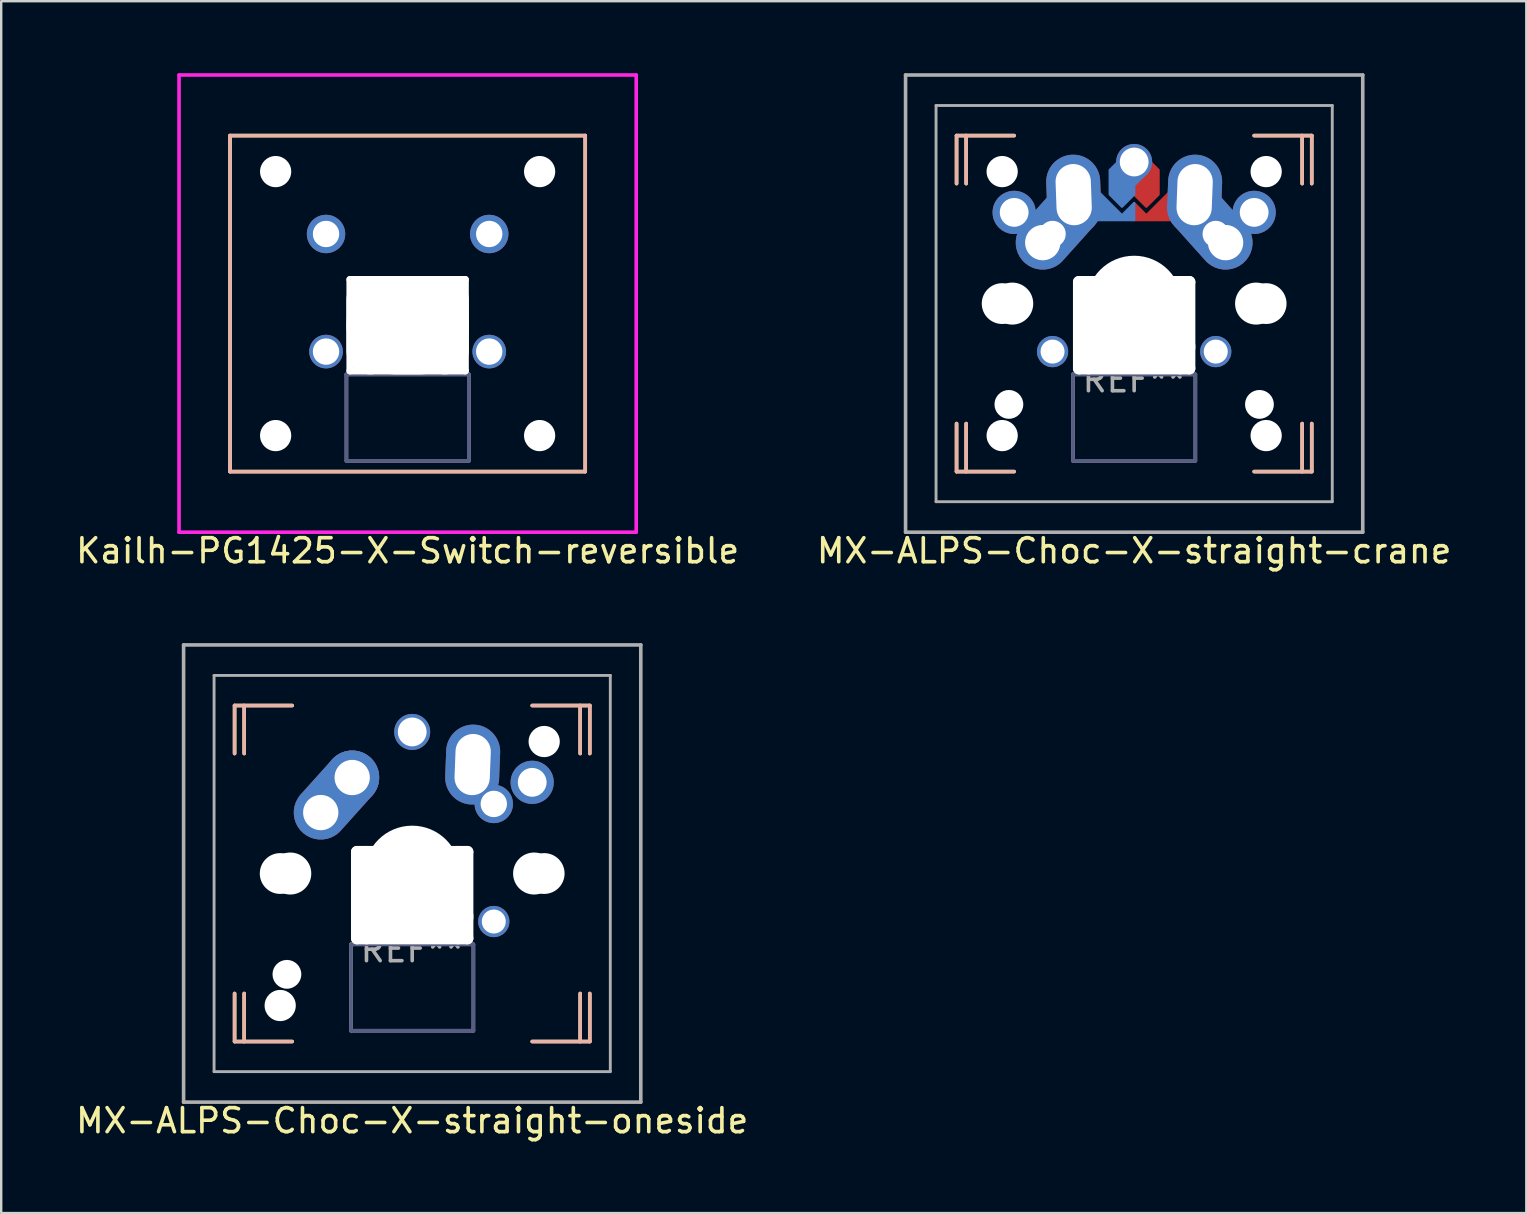
<source format=kicad_pcb>
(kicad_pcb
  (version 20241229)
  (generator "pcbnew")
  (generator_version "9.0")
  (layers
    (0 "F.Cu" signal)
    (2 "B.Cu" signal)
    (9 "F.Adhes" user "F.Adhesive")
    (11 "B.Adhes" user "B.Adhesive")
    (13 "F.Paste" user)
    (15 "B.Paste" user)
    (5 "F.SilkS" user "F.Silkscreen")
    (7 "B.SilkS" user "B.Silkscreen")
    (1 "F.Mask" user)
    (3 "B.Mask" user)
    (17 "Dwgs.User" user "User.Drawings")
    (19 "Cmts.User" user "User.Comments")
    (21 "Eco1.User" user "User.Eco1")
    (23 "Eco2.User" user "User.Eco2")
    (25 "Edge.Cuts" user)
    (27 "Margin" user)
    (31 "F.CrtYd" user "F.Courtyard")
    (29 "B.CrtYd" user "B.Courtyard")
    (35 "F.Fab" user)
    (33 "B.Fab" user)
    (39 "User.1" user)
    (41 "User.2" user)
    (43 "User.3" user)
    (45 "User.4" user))
  (footprint "Kailh-PG1425-X-Switch-reversible"
    (layer "F.Cu")
    (at 17.335 6.7)
    (property "Reference" "Kailh-PG1425-X-Switch-reversible" (at -3.4 13.2 0) (layer "F.SilkS") (effects (font (size 1 1) (thickness 0.15))))
    (attr through_hole)
    (fp_line (start -10.8 -4.1) (end 4 -4.1) (stroke (width 0.15) (type solid)) (layer "F.SilkS"))
    (fp_line (start -10.8 9.9) (end -10.8 -4.1) (stroke (width 0.15) (type solid)) (layer "F.SilkS"))
    (fp_line (start 4 -4.1) (end 4 9.9) (stroke (width 0.15) (type solid)) (layer "F.SilkS"))
    (fp_line (start 4 9.9) (end -10.8 9.9) (stroke (width 0.15) (type solid)) (layer "F.SilkS"))
    (fp_line (start -10.8 -4.1) (end -10.8 9.9) (stroke (width 0.15) (type solid)) (layer "B.SilkS"))
    (fp_line (start -10.8 9.9) (end 4 9.9) (stroke (width 0.15) (type solid)) (layer "B.SilkS"))
    (fp_line (start 4 -4.1) (end -10.8 -4.1) (stroke (width 0.15) (type solid)) (layer "B.SilkS"))
    (fp_line (start 4 9.9) (end 4 -4.1) (stroke (width 0.15) (type solid)) (layer "B.SilkS"))
    (fp_line (start -12.925 -6.625) (end 6.125 -6.625) (stroke (width 0.15) (type solid)) (layer "F.CrtYd"))
    (fp_line (start -12.925 12.425) (end -12.925 -6.625) (stroke (width 0.15) (type solid)) (layer "F.CrtYd"))
    (fp_line (start 6.125 -6.625) (end 6.125 12.425) (stroke (width 0.15) (type solid)) (layer "F.CrtYd"))
    (fp_line (start 6.125 12.425) (end -12.925 12.425) (stroke (width 0.15) (type solid)) (layer "F.CrtYd"))
    (fp_line (start -5.95 5.85) (end -0.85 5.85) (stroke (width 0.15) (type solid)) (layer "B.Fab"))
    (fp_line (start -5.95 9.45) (end -5.95 5.85) (stroke (width 0.15) (type solid)) (layer "B.Fab"))
    (fp_line (start -0.85 5.85) (end -0.85 9.45) (stroke (width 0.15) (type solid)) (layer "B.Fab"))
    (fp_line (start -0.85 9.45) (end -5.95 9.45) (stroke (width 0.15) (type solid)) (layer "B.Fab"))
    (fp_line (start -5.95 5.85) (end -5.95 9.45) (stroke (width 0.15) (type solid)) (layer "F.Fab"))
    (fp_line (start -5.95 9.45) (end -0.85 9.45) (stroke (width 0.15) (type solid)) (layer "F.Fab"))
    (fp_line (start -0.85 5.85) (end -5.95 5.85) (stroke (width 0.15) (type solid)) (layer "F.Fab"))
    (fp_line (start -0.85 9.45) (end -0.85 5.85) (stroke (width 0.15) (type solid)) (layer "F.Fab"))
    (pad "" np_thru_hole circle (at -8.9 -2.6 180) (size 1.3 1.3) (drill 1.3) (layers "*.Cu" "*.Mask"))
    (pad "" np_thru_hole circle (at -8.9 8.4) (size 1.3 1.3) (drill 1.3) (layers "*.Cu" "*.Mask"))
    (pad "" np_thru_hole oval (at -5.8 3.8) (size 0.3 4.1) (drill oval 0.3 4.1) (layers "*.Cu" "*.Mask"))
    (pad "" np_thru_hole oval (at -4.95 3.8) (size 2 4.1) (drill oval 2 4.1) (layers "*.Cu" "*.Mask"))
    (pad "" np_thru_hole oval (at -3.4 1.9) (size 5.1 0.3) (drill oval 5.1 0.3) (layers "*.Cu" "*.Mask"))
    (pad "" np_thru_hole oval (at -3.4 3.8) (size 5.1 4.1) (drill oval 5.1 4.1) (layers "*.Cu" "*.Mask"))
    (pad "" np_thru_hole oval (at -3.4 5.7) (size 5.1 0.3) (drill oval 5.1 0.3) (layers "*.Cu" "*.Mask"))
    (pad "" np_thru_hole oval (at -1.85 3.8) (size 2 4.1) (drill oval 2 4.1) (layers "*.Cu" "*.Mask"))
    (pad "" np_thru_hole oval (at -1 3.8) (size 0.3 4.1) (drill oval 0.3 4.1) (layers "*.Cu" "*.Mask"))
    (pad "" np_thru_hole circle (at 2.1 8.4 180) (size 1.3 1.3) (drill 1.3) (layers "*.Cu" "*.Mask"))
    (pad "" np_thru_hole circle (at 2.1 -2.6) (size 1.3 1.3) (drill 1.3) (layers "*.Cu" "*.Mask"))
    (pad "1" thru_hole circle (at -6.8 -0.000164 180) (size 1.6 1.6) (drill 1.1) (layers "*.Cu" "*.Mask"))
    (pad "1" thru_hole circle (at 0 0) (size 1.6 1.6) (drill 1.1) (layers "*.Cu" "*.Mask"))
    (pad "2" thru_hole circle (at -6.8 4.9 180) (size 1.4 1.4) (drill 1.1) (layers "*.Cu" "*.Mask"))
    (pad "2" thru_hole circle (at 0 4.9) (size 1.4 1.4) (drill 1.1) (layers "*.Cu" "*.Mask")))
  (footprint "MX-ALPS-Choc-X-straight-oneside"
    (layer "F.Cu")
    (at 16.665 28.268)
    (property "Reference" "MX-ALPS-Choc-X-straight-oneside" (at -2.54 15.38 0) (layer "F.SilkS") (effects (font (size 1 1) (thickness 0.15))))
    (attr through_hole)
    (fp_line (start -9.94 -1.92) (end -9.94 0.08) (stroke (width 0.15) (type solid)) (layer "F.SilkS"))
    (fp_line (start -9.94 10.08) (end -9.94 12.08) (stroke (width 0.15) (type solid)) (layer "F.SilkS"))
    (fp_line (start -9.94 12.08) (end -7.54 12.08) (stroke (width 0.15) (type solid)) (layer "F.SilkS"))
    (fp_line (start -9.54 -1.92) (end -9.54 0.08) (stroke (width 0.15) (type solid)) (layer "F.SilkS"))
    (fp_line (start -9.54 10.08) (end -9.54 12.08) (stroke (width 0.15) (type solid)) (layer "F.SilkS"))
    (fp_line (start -7.54 -1.92) (end -9.94 -1.92) (stroke (width 0.15) (type solid)) (layer "F.SilkS"))
    (fp_line (start 4.46 0.08) (end 4.46 -1.92) (stroke (width 0.15) (type solid)) (layer "F.SilkS"))
    (fp_line (start 4.46 10.08) (end 4.46 12.08) (stroke (width 0.15) (type solid)) (layer "F.SilkS"))
    (fp_line (start 4.86 -1.92) (end 2.46 -1.92) (stroke (width 0.15) (type solid)) (layer "F.SilkS"))
    (fp_line (start 4.86 0.08) (end 4.86 -1.92) (stroke (width 0.15) (type solid)) (layer "F.SilkS"))
    (fp_line (start 4.86 10.08) (end 4.86 12.08) (stroke (width 0.15) (type solid)) (layer "F.SilkS"))
    (fp_line (start 4.86 12.08) (end 2.46 12.08) (stroke (width 0.15) (type solid)) (layer "F.SilkS"))
    (fp_line (start -9.94 -1.92) (end -9.94 0.08) (stroke (width 0.15) (type solid)) (layer "B.SilkS"))
    (fp_line (start -9.94 10.08) (end -9.94 12.08) (stroke (width 0.15) (type solid)) (layer "B.SilkS"))
    (fp_line (start -9.94 12.08) (end -7.54 12.08) (stroke (width 0.15) (type solid)) (layer "B.SilkS"))
    (fp_line (start -9.54 -1.92) (end -9.54 0.08) (stroke (width 0.15) (type solid)) (layer "B.SilkS"))
    (fp_line (start -9.54 10.08) (end -9.54 12.08) (stroke (width 0.15) (type solid)) (layer "B.SilkS"))
    (fp_line (start -7.54 -1.92) (end -9.94 -1.92) (stroke (width 0.15) (type solid)) (layer "B.SilkS"))
    (fp_line (start 2.46 -1.92) (end 4.86 -1.92) (stroke (width 0.15) (type solid)) (layer "B.SilkS"))
    (fp_line (start 2.46 12.08) (end 4.86 12.08) (stroke (width 0.15) (type solid)) (layer "B.SilkS"))
    (fp_line (start 4.46 -1.92) (end 4.46 0.08) (stroke (width 0.15) (type solid)) (layer "B.SilkS"))
    (fp_line (start 4.46 12.08) (end 4.46 10.08) (stroke (width 0.15) (type solid)) (layer "B.SilkS"))
    (fp_line (start 4.86 -1.92) (end 4.86 0.08) (stroke (width 0.15) (type solid)) (layer "B.SilkS"))
    (fp_line (start 4.86 12.08) (end 4.86 10.08) (stroke (width 0.15) (type solid)) (layer "B.SilkS"))
    (fp_line (start -5.09 8.03) (end 0.01 8.03) (stroke (width 0.15) (type solid)) (layer "B.Fab"))
    (fp_line (start -5.09 11.63) (end -5.09 8.03) (stroke (width 0.15) (type solid)) (layer "B.Fab"))
    (fp_line (start 0.01 8.03) (end 0.01 11.63) (stroke (width 0.15) (type solid)) (layer "B.Fab"))
    (fp_line (start 0.01 11.63) (end -5.09 11.63) (stroke (width 0.15) (type solid)) (layer "B.Fab"))
    (fp_line (start -12.065 -4.445) (end 6.985 -4.445) (stroke (width 0.15) (type solid)) (layer "F.Fab"))
    (fp_line (start -12.065 14.605) (end -12.065 -4.445) (stroke (width 0.15) (type solid)) (layer "F.Fab"))
    (fp_line (start -10.795 -3.175) (end 5.715 -3.175) (stroke (width 0.12) (type solid)) (layer "F.Fab"))
    (fp_line (start -10.795 13.335) (end -10.795 -3.175) (stroke (width 0.12) (type solid)) (layer "F.Fab"))
    (fp_line (start -5.09 8.03) (end -5.09 11.63) (stroke (width 0.15) (type solid)) (layer "F.Fab"))
    (fp_line (start -5.09 11.63) (end 0.01 11.63) (stroke (width 0.15) (type solid)) (layer "F.Fab"))
    (fp_line (start 0.01 8.03) (end -5.09 8.03) (stroke (width 0.15) (type solid)) (layer "F.Fab"))
    (fp_line (start 0.01 11.63) (end 0.01 8.03) (stroke (width 0.15) (type solid)) (layer "F.Fab"))
    (fp_line (start 5.715 -3.175) (end 5.715 13.335) (stroke (width 0.12) (type solid)) (layer "F.Fab"))
    (fp_line (start 5.715 13.335) (end -10.795 13.335) (stroke (width 0.12) (type solid)) (layer "F.Fab"))
    (fp_line (start 6.985 -4.445) (end 6.985 14.605) (stroke (width 0.15) (type solid)) (layer "F.Fab"))
    (fp_line (start 6.985 14.605) (end -12.065 14.605) (stroke (width 0.15) (type solid)) (layer "F.Fab"))
    (fp_text user "REF**" (at -2.54 8.255 0) (layer "F.Fab") (effects (font (size 1 1) (thickness 0.15))))
    (pad "" np_thru_hole circle (at -8.04 5.08 48.1) (size 1.7 1.7) (drill 1.7) (layers "*.Cu" "*.Mask"))
    (pad "" np_thru_hole circle (at -8.04 10.58) (size 1.3 1.3) (drill 1.3) (layers "*.Cu" "*.Mask"))
    (pad "" np_thru_hole circle (at -7.76 9.28 48.1) (size 1.2 1.2) (drill 1.2) (layers "*.Cu" "*.Mask"))
    (pad "" np_thru_hole circle (at -7.62 5.08 48.1) (size 1.75 1.75) (drill 1.75) (layers "*.Cu" "*.Mask"))
    (pad "" np_thru_hole oval (at -4.84 5.98) (size 0.5 4.1) (drill oval 0.5 4.1) (layers "*.Cu" "*.Mask"))
    (pad "" np_thru_hole oval (at -4.44 5.98) (size 0.5 4.1) (drill oval 0.5 4.1) (layers "*.Cu" "*.Mask"))
    (pad "" np_thru_hole oval (at -2.54 4.18) (size 5.1 0.5) (drill oval 5.1 0.5) (layers "*.Cu" "*.Mask"))
    (pad "" np_thru_hole circle (at -2.54 5.08) (size 3.988 3.988) (drill 3.988) (layers "*.Cu" "*.Mask"))
    (pad "" np_thru_hole oval (at -2.54 6.88) (size 5.1 1.5) (drill oval 5.1 1.5) (layers "*.Cu" "*.Mask"))
    (pad "" np_thru_hole oval (at -2.54 7.78) (size 5.1 0.5) (drill oval 5.1 0.5) (layers "*.Cu" "*.Mask"))
    (pad "" np_thru_hole oval (at -0.635 5.979) (size 0.5 4.1) (drill oval 0.5 4.1) (layers "*.Cu" "*.Mask"))
    (pad "" np_thru_hole oval (at -0.24 5.98) (size 0.5 4.1) (drill oval 0.5 4.1) (layers "*.Cu" "*.Mask"))
    (pad "" np_thru_hole circle (at 2.54 5.08 48.1) (size 1.75 1.75) (drill 1.75) (layers "*.Cu" "*.Mask"))
    (pad "" np_thru_hole circle (at 2.96 -0.42) (size 1.3 1.3) (drill 1.3) (layers "*.Cu" "*.Mask"))
    (pad "" np_thru_hole circle (at 2.96 5.08 48.1) (size 1.7 1.7) (drill 1.7) (layers "*.Cu" "*.Mask"))
    (pad "1" thru_hole oval (at -0.02 0.54 87.8) (size 3.33 2.25) (drill oval 2.55 1.47) (layers "*.Cu" "*.Mask"))
    (pad "1" thru_hole circle (at 0.86 2.18) (size 1.6 1.6) (drill 1.1) (layers "*.Cu" "*.Mask"))
    (pad "1" thru_hole circle (at 2.46 1.28) (size 1.8 1.8) (drill 1.2) (layers "*.Cu" "*.Mask"))
    (pad "2" thru_hole custom (at -6.35 2.54) (size 2.25 2.25) (drill 1.47) (layers "*.Cu" "*.Mask") (options (anchor circle)) (primitives (gr_line (start 1.61 -1.16) (end 0.3 0.3) (width 1.4)) (gr_line (start 1.008 -1.758) (end -0.34 -0.26) (width 1.4)) (gr_arc (start 1.008433 -1.758425) (mid 1.609214 -1.760785) (end 1.61 -1.16) (width 1.4))))
    (pad "2" thru_hole circle (at -5.04 1.08) (size 2.25 2.25) (drill 1.47) (layers "*.Cu" "B.Mask"))
    (pad "2" thru_hole circle (at -2.54 -0.82) (size 1.5 1.5) (drill 1.2) (layers "*.Cu" "*.Mask"))
    (pad "2" thru_hole circle (at 0.86 7.08) (size 1.3 1.3) (drill 1) (layers "*.Cu" "*.Mask")))
  (footprint "MX-ALPS-Choc-X-straight-crane"
    (layer "F.Cu")
    (at 46.748 4.52)
    (property "Reference" "MX-ALPS-Choc-X-straight-crane" (at -2.54 15.38 0) (layer "F.SilkS") (effects (font (size 1 1) (thickness 0.15))))
    (attr through_hole)
    (fp_poly (pts (xy 0.076 -0.706) (xy -2.032 1.402) (xy -2.54 0.894) (xy -2.54 1.6) (xy 0.076 1.6)) (stroke (width 0.1) (type solid)) (fill yes) (layer "F.Cu"))
    (fp_poly (pts (xy -2.946 -0.254) (xy -2.54 0.152) (xy -2.54 0.533) (xy -2.032 1.041) (xy -1.524 0.533) (xy -1.524 -0.483) (xy -1.829 -0.787) (xy -2.946 -0.787)) (stroke (width 0.1) (type solid)) (fill yes) (layer "F.Cu"))
    (fp_poly (pts (xy -2.54 1.6) (xy -1.524 1.6) (xy -1.524 0.279) (xy -2.54 0.279)) (stroke (width 0.1) (type solid)) (fill yes) (layer "F.Mask"))
    (fp_poly (pts (xy -5.156 -0.706) (xy -3.048 1.402) (xy -2.54 0.894) (xy -2.54 1.6) (xy -5.156 1.6)) (stroke (width 0.1) (type solid)) (fill yes) (layer "B.Cu"))
    (fp_poly (pts (xy -2.134 -0.254) (xy -2.54 0.152) (xy -2.54 0.533) (xy -3.048 1.041) (xy -3.556 0.533) (xy -3.556 -0.483) (xy -3.251 -0.787) (xy -2.134 -0.787)) (stroke (width 0.1) (type solid)) (fill yes) (layer "B.Cu"))
    (fp_poly (pts (xy -2.54 1.6) (xy -3.556 1.6) (xy -3.556 0.279) (xy -2.54 0.279)) (stroke (width 0.1) (type solid)) (fill yes) (layer "B.Mask"))
    (fp_line (start -9.94 -1.92) (end -9.94 0.08) (stroke (width 0.15) (type solid)) (layer "F.SilkS"))
    (fp_line (start -9.94 10.08) (end -9.94 12.08) (stroke (width 0.15) (type solid)) (layer "F.SilkS"))
    (fp_line (start -9.94 12.08) (end -7.54 12.08) (stroke (width 0.15) (type solid)) (layer "F.SilkS"))
    (fp_line (start -9.54 -1.92) (end -9.54 0.08) (stroke (width 0.15) (type solid)) (layer "F.SilkS"))
    (fp_line (start -9.54 10.08) (end -9.54 12.08) (stroke (width 0.15) (type solid)) (layer "F.SilkS"))
    (fp_line (start -7.54 -1.92) (end -9.94 -1.92) (stroke (width 0.15) (type solid)) (layer "F.SilkS"))
    (fp_line (start 4.46 0.08) (end 4.46 -1.92) (stroke (width 0.15) (type solid)) (layer "F.SilkS"))
    (fp_line (start 4.46 10.08) (end 4.46 12.08) (stroke (width 0.15) (type solid)) (layer "F.SilkS"))
    (fp_line (start 4.86 -1.92) (end 2.46 -1.92) (stroke (width 0.15) (type solid)) (layer "F.SilkS"))
    (fp_line (start 4.86 0.08) (end 4.86 -1.92) (stroke (width 0.15) (type solid)) (layer "F.SilkS"))
    (fp_line (start 4.86 10.08) (end 4.86 12.08) (stroke (width 0.15) (type solid)) (layer "F.SilkS"))
    (fp_line (start 4.86 12.08) (end 2.46 12.08) (stroke (width 0.15) (type solid)) (layer "F.SilkS"))
    (fp_line (start -9.94 -1.92) (end -9.94 0.08) (stroke (width 0.15) (type solid)) (layer "B.SilkS"))
    (fp_line (start -9.94 10.08) (end -9.94 12.08) (stroke (width 0.15) (type solid)) (layer "B.SilkS"))
    (fp_line (start -9.94 12.08) (end -7.54 12.08) (stroke (width 0.15) (type solid)) (layer "B.SilkS"))
    (fp_line (start -9.54 -1.92) (end -9.54 0.08) (stroke (width 0.15) (type solid)) (layer "B.SilkS"))
    (fp_line (start -9.54 10.08) (end -9.54 12.08) (stroke (width 0.15) (type solid)) (layer "B.SilkS"))
    (fp_line (start -7.54 -1.92) (end -9.94 -1.92) (stroke (width 0.15) (type solid)) (layer "B.SilkS"))
    (fp_line (start 2.46 -1.92) (end 4.86 -1.92) (stroke (width 0.15) (type solid)) (layer "B.SilkS"))
    (fp_line (start 2.46 12.08) (end 4.86 12.08) (stroke (width 0.15) (type solid)) (layer "B.SilkS"))
    (fp_line (start 4.46 -1.92) (end 4.46 0.08) (stroke (width 0.15) (type solid)) (layer "B.SilkS"))
    (fp_line (start 4.46 12.08) (end 4.46 10.08) (stroke (width 0.15) (type solid)) (layer "B.SilkS"))
    (fp_line (start 4.86 -1.92) (end 4.86 0.08) (stroke (width 0.15) (type solid)) (layer "B.SilkS"))
    (fp_line (start 4.86 12.08) (end 4.86 10.08) (stroke (width 0.15) (type solid)) (layer "B.SilkS"))
    (fp_line (start -5.09 8.03) (end 0.01 8.03) (stroke (width 0.15) (type solid)) (layer "B.Fab"))
    (fp_line (start -5.09 11.63) (end -5.09 8.03) (stroke (width 0.15) (type solid)) (layer "B.Fab"))
    (fp_line (start 0.01 8.03) (end 0.01 11.63) (stroke (width 0.15) (type solid)) (layer "B.Fab"))
    (fp_line (start 0.01 11.63) (end -5.09 11.63) (stroke (width 0.15) (type solid)) (layer "B.Fab"))
    (fp_line (start -12.065 -4.445) (end 6.985 -4.445) (stroke (width 0.15) (type solid)) (layer "F.Fab"))
    (fp_line (start -12.065 14.605) (end -12.065 -4.445) (stroke (width 0.15) (type solid)) (layer "F.Fab"))
    (fp_line (start -10.795 -3.175) (end 5.715 -3.175) (stroke (width 0.12) (type solid)) (layer "F.Fab"))
    (fp_line (start -10.795 13.335) (end -10.795 -3.175) (stroke (width 0.12) (type solid)) (layer "F.Fab"))
    (fp_line (start -5.09 8.03) (end -5.09 11.63) (stroke (width 0.15) (type solid)) (layer "F.Fab"))
    (fp_line (start -5.09 11.63) (end 0.01 11.63) (stroke (width 0.15) (type solid)) (layer "F.Fab"))
    (fp_line (start 0.01 8.03) (end -5.09 8.03) (stroke (width 0.15) (type solid)) (layer "F.Fab"))
    (fp_line (start 0.01 11.63) (end 0.01 8.03) (stroke (width 0.15) (type solid)) (layer "F.Fab"))
    (fp_line (start 5.715 -3.175) (end 5.715 13.335) (stroke (width 0.12) (type solid)) (layer "F.Fab"))
    (fp_line (start 5.715 13.335) (end -10.795 13.335) (stroke (width 0.12) (type solid)) (layer "F.Fab"))
    (fp_line (start 6.985 -4.445) (end 6.985 14.605) (stroke (width 0.15) (type solid)) (layer "F.Fab"))
    (fp_line (start 6.985 14.605) (end -12.065 14.605) (stroke (width 0.15) (type solid)) (layer "F.Fab"))
    (fp_text user "REF**" (at -2.54 8.255 0) (layer "F.Fab") (effects (font (size 1 1) (thickness 0.15))))
    (pad "" np_thru_hole circle (at -8.04 -0.42 180) (size 1.3 1.3) (drill 1.3) (layers "*.Cu" "*.Mask"))
    (pad "" np_thru_hole circle (at -8.04 5.08 48.1) (size 1.7 1.7) (drill 1.7) (layers "*.Cu" "*.Mask"))
    (pad "" np_thru_hole circle (at -8.04 10.58) (size 1.3 1.3) (drill 1.3) (layers "*.Cu" "*.Mask"))
    (pad "" np_thru_hole circle (at -7.76 9.28 48.1) (size 1.2 1.2) (drill 1.2) (layers "*.Cu" "*.Mask"))
    (pad "" np_thru_hole circle (at -7.62 5.08 48.1) (size 1.75 1.75) (drill 1.75) (layers "*.Cu" "*.Mask"))
    (pad "" np_thru_hole oval (at -4.84 5.98) (size 0.5 4.1) (drill oval 0.5 4.1) (layers "*.Cu" "*.Mask"))
    (pad "" np_thru_hole oval (at -4.44 5.98) (size 0.5 4.1) (drill oval 0.5 4.1) (layers "*.Cu" "*.Mask"))
    (pad "" thru_hole circle (at -2.54 -0.82) (size 1.5 1.5) (drill 1.2) (layers "*.Cu" "*.Mask"))
    (pad "" np_thru_hole oval (at -2.54 4.18) (size 5.1 0.5) (drill oval 5.1 0.5) (layers "*.Cu" "*.Mask"))
    (pad "" np_thru_hole circle (at -2.54 5.08) (size 3.988 3.988) (drill 3.988) (layers "*.Cu" "*.Mask"))
    (pad "" np_thru_hole oval (at -2.54 6.88) (size 5.1 1.5) (drill oval 5.1 1.5) (layers "*.Cu" "*.Mask"))
    (pad "" np_thru_hole oval (at -2.54 7.78) (size 5.1 0.5) (drill oval 5.1 0.5) (layers "*.Cu" "*.Mask"))
    (pad "" np_thru_hole oval (at -0.635 5.979) (size 0.5 4.1) (drill oval 0.5 4.1) (layers "*.Cu" "*.Mask"))
    (pad "" np_thru_hole oval (at -0.24 5.98) (size 0.5 4.1) (drill oval 0.5 4.1) (layers "*.Cu" "*.Mask"))
    (pad "" np_thru_hole circle (at 2.54 5.08 48.1) (size 1.75 1.75) (drill 1.75) (layers "*.Cu" "*.Mask"))
    (pad "" np_thru_hole circle (at 2.68 9.28 131.9) (size 1.2 1.2) (drill 1.2) (layers "*.Cu" "*.Mask"))
    (pad "" np_thru_hole circle (at 2.96 10.58 180) (size 1.3 1.3) (drill 1.3) (layers "*.Cu" "*.Mask"))
    (pad "" np_thru_hole circle (at 2.96 -0.42) (size 1.3 1.3) (drill 1.3) (layers "*.Cu" "*.Mask"))
    (pad "" np_thru_hole circle (at 2.96 5.08 48.1) (size 1.7 1.7) (drill 1.7) (layers "*.Cu" "*.Mask"))
    (pad "1" thru_hole circle (at -5.94 7.08 180) (size 1.3 1.3) (drill 1) (layers "*.Cu" "*.Mask"))
    (pad "1" thru_hole oval (at -0.02 0.54 87.8) (size 3.33 2.25) (drill oval 2.55 1.47) (layers "*.Cu" "*.Mask"))
    (pad "1" thru_hole circle (at 0.86 2.18) (size 1.6 1.6) (drill 1.1) (layers "*.Cu" "*.Mask"))
    (pad "1" thru_hole custom (at 1.27 2.54) (size 2.25 2.25) (drill 1.47) (layers "*.Cu" "*.Mask") (options (anchor circle)) (primitives (gr_line (start -0.99 -1.74) (end 0.31 -0.29) (width 1.4)) (gr_line (start -1.613 -1.161) (end -0.313 0.289) (width 1.4)) (gr_arc (start -1.612831 -1.161515) (mid -1.59937 -1.771553) (end -0.99 -1.74) (width 1.4))))
    (pad "1" thru_hole circle (at 2.46 1.28) (size 1.8 1.8) (drill 1.2) (layers "*.Cu" "*.Mask"))
    (pad "2" thru_hole circle (at -7.54 1.28 180) (size 1.8 1.8) (drill 1.2) (layers "*.Cu" "*.Mask"))
    (pad "2" thru_hole custom (at -6.35 2.54) (size 2.25 2.25) (drill 1.47) (layers "*.Cu" "*.Mask") (options (anchor circle)) (primitives (gr_line (start 1.61 -1.16) (end 0.3 0.3) (width 1.4)) (gr_line (start 1.008 -1.758) (end -0.34 -0.26) (width 1.4)) (gr_arc (start 1.008433 -1.758425) (mid 1.609214 -1.760785) (end 1.61 -1.16) (width 1.4))))
    (pad "2" thru_hole circle (at -5.94 2.18 180) (size 1.6 1.6) (drill 1.1) (layers "*.Cu" "*.Mask"))
    (pad "2" thru_hole oval (at -5.06 0.54 92.1) (size 3.33 2.25) (drill oval 2.551 1.47) (layers "*.Cu" "*.Mask"))
    (pad "2" thru_hole circle (at 0.86 7.08) (size 1.3 1.3) (drill 1) (layers "*.Cu" "*.Mask")))
  (gr_rect
    (start -3 -3)
    (end 60.548 47.496)
    (stroke (width 0.1) (type default))
    (fill no)
    (layer "Edge.Cuts")))
</source>
